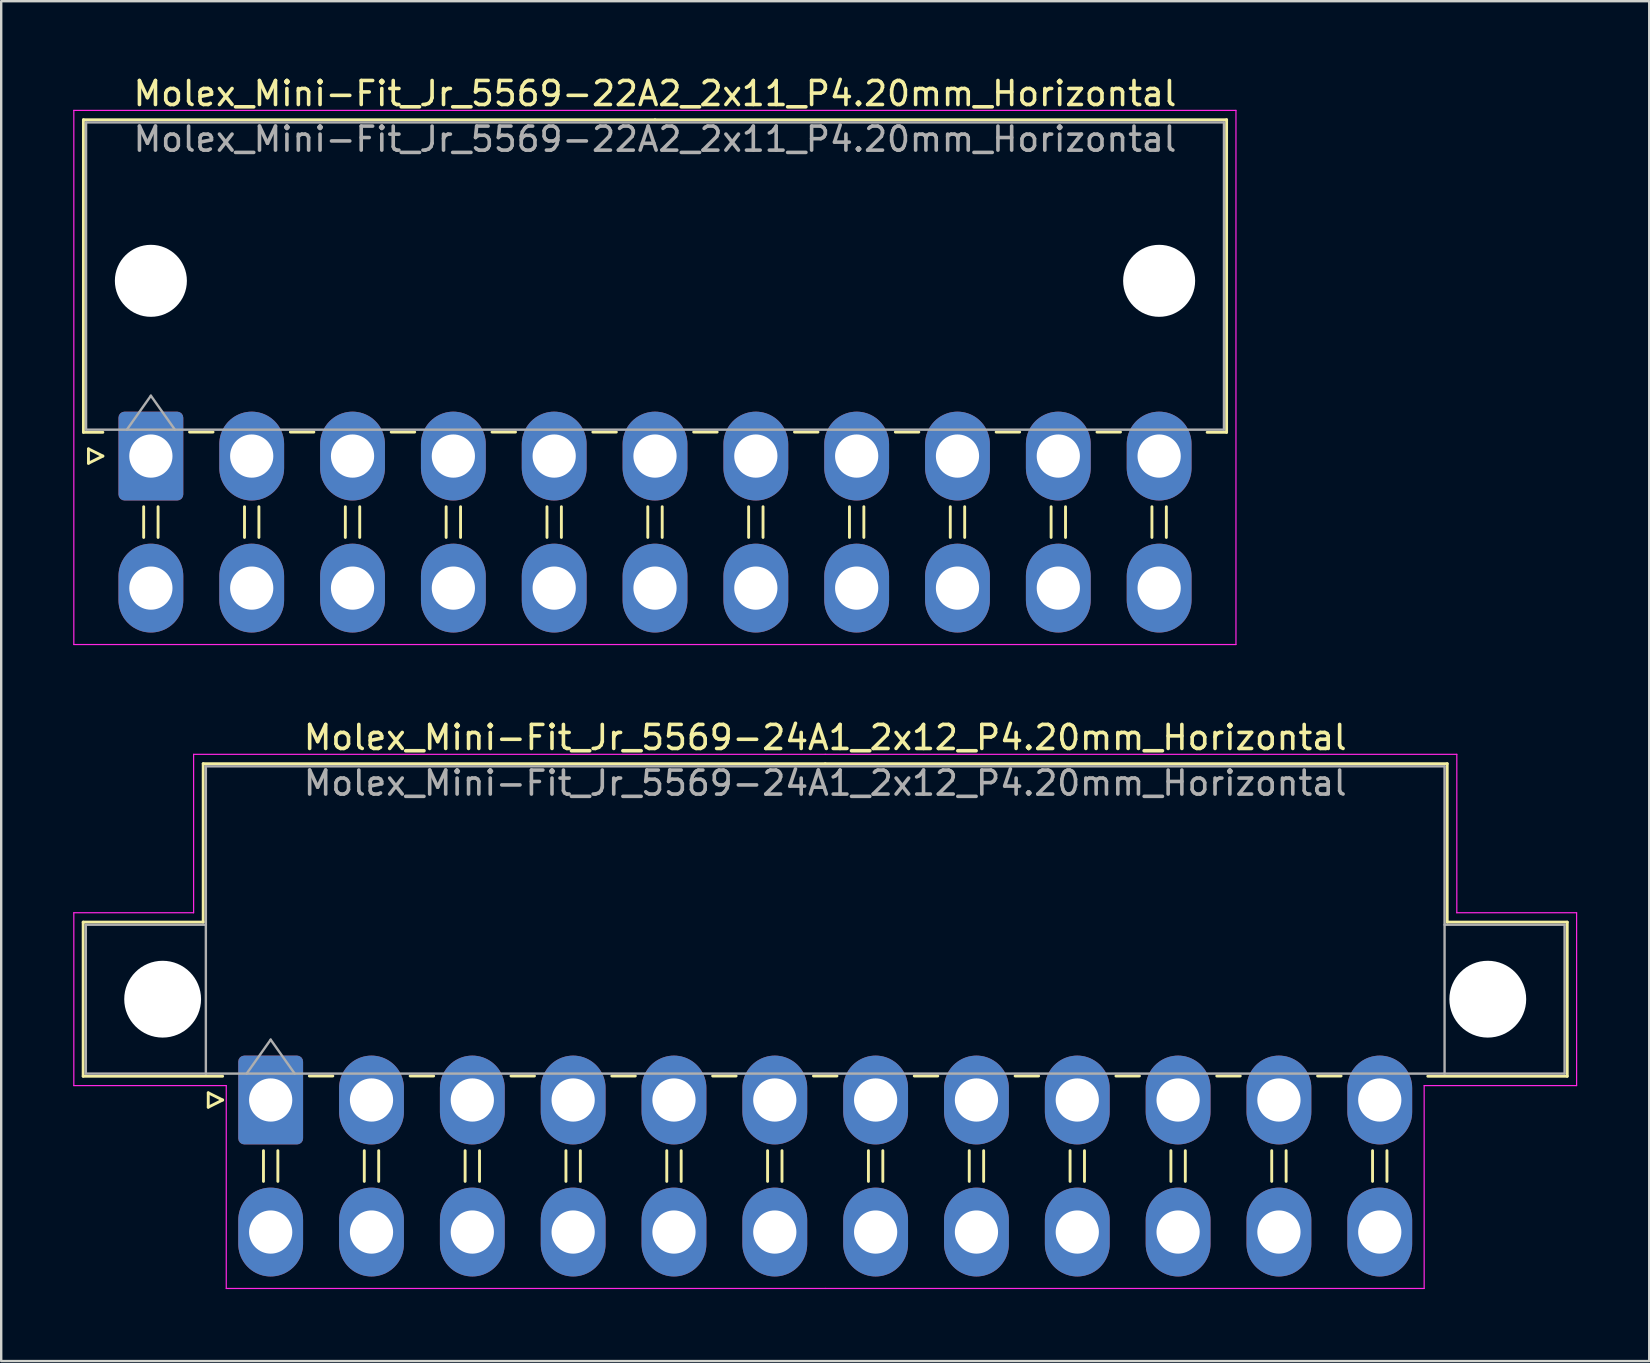
<source format=kicad_pcb>
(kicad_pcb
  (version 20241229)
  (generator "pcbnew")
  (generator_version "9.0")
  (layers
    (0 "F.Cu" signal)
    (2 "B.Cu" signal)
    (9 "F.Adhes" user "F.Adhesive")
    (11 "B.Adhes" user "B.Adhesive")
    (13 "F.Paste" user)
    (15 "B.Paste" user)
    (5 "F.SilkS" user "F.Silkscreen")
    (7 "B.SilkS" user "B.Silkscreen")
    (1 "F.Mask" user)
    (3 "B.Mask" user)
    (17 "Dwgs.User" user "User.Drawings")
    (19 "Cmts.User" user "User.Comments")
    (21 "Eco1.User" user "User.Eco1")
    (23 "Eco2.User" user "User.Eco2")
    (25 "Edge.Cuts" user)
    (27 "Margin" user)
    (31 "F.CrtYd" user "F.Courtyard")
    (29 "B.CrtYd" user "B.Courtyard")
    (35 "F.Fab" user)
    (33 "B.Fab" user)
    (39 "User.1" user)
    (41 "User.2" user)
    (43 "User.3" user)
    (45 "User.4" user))
  (footprint "Molex_Mini-Fit_Jr_5569-24A1_2x12_P4.20mm_Horizontal"
    (layer "F.Cu")
    (at 8.225 42.772)
    (property "Reference" "Molex_Mini-Fit_Jr_5569-24A1_2x12_P4.20mm_Horizontal" (at 23.1 -15.1 0) (layer "F.SilkS") (effects (font (size 1 1) (thickness 0.15))))
    (attr through_hole)
    (fp_line (start -7.81 -7.41) (end -7.81 -0.99) (stroke (width 0.12) (type solid)) (layer "F.SilkS"))
    (fp_line (start -7.81 -0.99) (end -2 -0.99) (stroke (width 0.12) (type solid)) (layer "F.SilkS"))
    (fp_line (start -2.81 -14.01) (end -2.81 -7.41) (stroke (width 0.12) (type solid)) (layer "F.SilkS"))
    (fp_line (start -2.81 -7.41) (end -7.81 -7.41) (stroke (width 0.12) (type solid)) (layer "F.SilkS"))
    (fp_line (start -2.6 -0.3) (end -2 0) (stroke (width 0.12) (type solid)) (layer "F.SilkS"))
    (fp_line (start -2.6 0.3) (end -2.6 -0.3) (stroke (width 0.12) (type solid)) (layer "F.SilkS"))
    (fp_line (start -2 0) (end -2.6 0.3) (stroke (width 0.12) (type solid)) (layer "F.SilkS"))
    (fp_line (start -0.3 2.11) (end -0.3 3.39) (stroke (width 0.12) (type solid)) (layer "F.SilkS"))
    (fp_line (start 0.3 2.11) (end 0.3 3.39) (stroke (width 0.12) (type solid)) (layer "F.SilkS"))
    (fp_line (start 1.61 -1) (end 2.59 -1) (stroke (width 0.12) (type solid)) (layer "F.SilkS"))
    (fp_line (start 3.9 2.11) (end 3.9 3.39) (stroke (width 0.12) (type solid)) (layer "F.SilkS"))
    (fp_line (start 4.5 2.11) (end 4.5 3.39) (stroke (width 0.12) (type solid)) (layer "F.SilkS"))
    (fp_line (start 5.81 -1) (end 6.79 -1) (stroke (width 0.12) (type solid)) (layer "F.SilkS"))
    (fp_line (start 8.1 2.11) (end 8.1 3.39) (stroke (width 0.12) (type solid)) (layer "F.SilkS"))
    (fp_line (start 8.7 2.11) (end 8.7 3.39) (stroke (width 0.12) (type solid)) (layer "F.SilkS"))
    (fp_line (start 10.01 -1) (end 10.99 -1) (stroke (width 0.12) (type solid)) (layer "F.SilkS"))
    (fp_line (start 12.3 2.11) (end 12.3 3.39) (stroke (width 0.12) (type solid)) (layer "F.SilkS"))
    (fp_line (start 12.9 2.11) (end 12.9 3.39) (stroke (width 0.12) (type solid)) (layer "F.SilkS"))
    (fp_line (start 14.21 -1) (end 15.19 -1) (stroke (width 0.12) (type solid)) (layer "F.SilkS"))
    (fp_line (start 16.5 2.11) (end 16.5 3.39) (stroke (width 0.12) (type solid)) (layer "F.SilkS"))
    (fp_line (start 17.1 2.11) (end 17.1 3.39) (stroke (width 0.12) (type solid)) (layer "F.SilkS"))
    (fp_line (start 18.41 -1) (end 19.39 -1) (stroke (width 0.12) (type solid)) (layer "F.SilkS"))
    (fp_line (start 20.7 2.11) (end 20.7 3.39) (stroke (width 0.12) (type solid)) (layer "F.SilkS"))
    (fp_line (start 21.3 2.11) (end 21.3 3.39) (stroke (width 0.12) (type solid)) (layer "F.SilkS"))
    (fp_line (start 22.61 -1) (end 23.59 -1) (stroke (width 0.12) (type solid)) (layer "F.SilkS"))
    (fp_line (start 23.1 -14.01) (end -2.81 -14.01) (stroke (width 0.12) (type solid)) (layer "F.SilkS"))
    (fp_line (start 23.1 -14.01) (end 49.01 -14.01) (stroke (width 0.12) (type solid)) (layer "F.SilkS"))
    (fp_line (start 24.9 2.11) (end 24.9 3.39) (stroke (width 0.12) (type solid)) (layer "F.SilkS"))
    (fp_line (start 25.5 2.11) (end 25.5 3.39) (stroke (width 0.12) (type solid)) (layer "F.SilkS"))
    (fp_line (start 26.81 -1) (end 27.79 -1) (stroke (width 0.12) (type solid)) (layer "F.SilkS"))
    (fp_line (start 29.1 2.11) (end 29.1 3.39) (stroke (width 0.12) (type solid)) (layer "F.SilkS"))
    (fp_line (start 29.7 2.11) (end 29.7 3.39) (stroke (width 0.12) (type solid)) (layer "F.SilkS"))
    (fp_line (start 31.01 -1) (end 31.99 -1) (stroke (width 0.12) (type solid)) (layer "F.SilkS"))
    (fp_line (start 33.3 2.11) (end 33.3 3.39) (stroke (width 0.12) (type solid)) (layer "F.SilkS"))
    (fp_line (start 33.9 2.11) (end 33.9 3.39) (stroke (width 0.12) (type solid)) (layer "F.SilkS"))
    (fp_line (start 35.21 -1) (end 36.19 -1) (stroke (width 0.12) (type solid)) (layer "F.SilkS"))
    (fp_line (start 37.5 2.11) (end 37.5 3.39) (stroke (width 0.12) (type solid)) (layer "F.SilkS"))
    (fp_line (start 38.1 2.11) (end 38.1 3.39) (stroke (width 0.12) (type solid)) (layer "F.SilkS"))
    (fp_line (start 39.41 -1) (end 40.39 -1) (stroke (width 0.12) (type solid)) (layer "F.SilkS"))
    (fp_line (start 41.7 2.11) (end 41.7 3.39) (stroke (width 0.12) (type solid)) (layer "F.SilkS"))
    (fp_line (start 42.3 2.11) (end 42.3 3.39) (stroke (width 0.12) (type solid)) (layer "F.SilkS"))
    (fp_line (start 43.61 -1) (end 44.59 -1) (stroke (width 0.12) (type solid)) (layer "F.SilkS"))
    (fp_line (start 45.9 2.11) (end 45.9 3.39) (stroke (width 0.12) (type solid)) (layer "F.SilkS"))
    (fp_line (start 46.5 2.11) (end 46.5 3.39) (stroke (width 0.12) (type solid)) (layer "F.SilkS"))
    (fp_line (start 49.01 -14.01) (end 49.01 -7.41) (stroke (width 0.12) (type solid)) (layer "F.SilkS"))
    (fp_line (start 49.01 -7.41) (end 54.01 -7.41) (stroke (width 0.12) (type solid)) (layer "F.SilkS"))
    (fp_line (start 54.01 -7.41) (end 54.01 -0.99) (stroke (width 0.12) (type solid)) (layer "F.SilkS"))
    (fp_line (start 54.01 -0.99) (end 48.2 -0.99) (stroke (width 0.12) (type solid)) (layer "F.SilkS"))
    (fp_line (start -8.2 -7.8) (end -8.2 -0.6) (stroke (width 0.05) (type solid)) (layer "F.CrtYd"))
    (fp_line (start -8.2 -0.6) (end -1.85 -0.6) (stroke (width 0.05) (type solid)) (layer "F.CrtYd"))
    (fp_line (start -3.21 -14.4) (end -3.21 -7.8) (stroke (width 0.05) (type solid)) (layer "F.CrtYd"))
    (fp_line (start -3.21 -7.8) (end -8.2 -7.8) (stroke (width 0.05) (type solid)) (layer "F.CrtYd"))
    (fp_line (start -1.85 -0.6) (end -1.85 7.85) (stroke (width 0.05) (type solid)) (layer "F.CrtYd"))
    (fp_line (start -1.85 7.85) (end 23.1 7.85) (stroke (width 0.05) (type solid)) (layer "F.CrtYd"))
    (fp_line (start 23.1 -14.4) (end -3.21 -14.4) (stroke (width 0.05) (type solid)) (layer "F.CrtYd"))
    (fp_line (start 23.1 -14.4) (end 49.41 -14.4) (stroke (width 0.05) (type solid)) (layer "F.CrtYd"))
    (fp_line (start 48.05 -0.6) (end 48.05 7.85) (stroke (width 0.05) (type solid)) (layer "F.CrtYd"))
    (fp_line (start 48.05 7.85) (end 23.1 7.85) (stroke (width 0.05) (type solid)) (layer "F.CrtYd"))
    (fp_line (start 49.41 -14.4) (end 49.41 -7.8) (stroke (width 0.05) (type solid)) (layer "F.CrtYd"))
    (fp_line (start 49.41 -7.8) (end 54.4 -7.8) (stroke (width 0.05) (type solid)) (layer "F.CrtYd"))
    (fp_line (start 54.4 -7.8) (end 54.4 -0.6) (stroke (width 0.05) (type solid)) (layer "F.CrtYd"))
    (fp_line (start 54.4 -0.6) (end 48.05 -0.6) (stroke (width 0.05) (type solid)) (layer "F.CrtYd"))
    (fp_line (start -7.7 -7.3) (end -7.7 -1.1) (stroke (width 0.1) (type solid)) (layer "F.Fab"))
    (fp_line (start -7.7 -1.1) (end -2.7 -1.1) (stroke (width 0.1) (type solid)) (layer "F.Fab"))
    (fp_line (start -2.7 -13.9) (end -2.7 -1.1) (stroke (width 0.1) (type solid)) (layer "F.Fab"))
    (fp_line (start -2.7 -7.3) (end -7.7 -7.3) (stroke (width 0.1) (type solid)) (layer "F.Fab"))
    (fp_line (start -2.7 -1.1) (end 48.9 -1.1) (stroke (width 0.1) (type solid)) (layer "F.Fab"))
    (fp_line (start -1 -1.1) (end 0 -2.514) (stroke (width 0.1) (type solid)) (layer "F.Fab"))
    (fp_line (start 0 -2.514) (end 1 -1.1) (stroke (width 0.1) (type solid)) (layer "F.Fab"))
    (fp_line (start 48.9 -13.9) (end -2.7 -13.9) (stroke (width 0.1) (type solid)) (layer "F.Fab"))
    (fp_line (start 48.9 -7.3) (end 53.9 -7.3) (stroke (width 0.1) (type solid)) (layer "F.Fab"))
    (fp_line (start 48.9 -1.1) (end 48.9 -13.9) (stroke (width 0.1) (type solid)) (layer "F.Fab"))
    (fp_line (start 53.9 -7.3) (end 53.9 -1.1) (stroke (width 0.1) (type solid)) (layer "F.Fab"))
    (fp_line (start 53.9 -1.1) (end 48.9 -1.1) (stroke (width 0.1) (type solid)) (layer "F.Fab"))
    (fp_text user "${REFERENCE}" (at 23.1 -13.2 0) (layer "F.Fab") (effects (font (size 1 1) (thickness 0.15))))
    (pad "" np_thru_hole circle (at -4.5 -4.2) (size 3.2 3.2) (drill 3.2) (layers "*.Cu" "*.Mask"))
    (pad "" np_thru_hole circle (at 50.7 -4.2) (size 3.2 3.2) (drill 3.2) (layers "*.Cu" "*.Mask"))
    (pad "1" thru_hole roundrect (at 0 0) (size 2.7 3.7) (drill 1.8) (layers "*.Cu" "*.Mask") (roundrect_rratio 0.093))
    (pad "2" thru_hole oval (at 4.2 0) (size 2.7 3.7) (drill 1.8) (layers "*.Cu" "*.Mask"))
    (pad "3" thru_hole oval (at 8.4 0) (size 2.7 3.7) (drill 1.8) (layers "*.Cu" "*.Mask"))
    (pad "4" thru_hole oval (at 12.6 0) (size 2.7 3.7) (drill 1.8) (layers "*.Cu" "*.Mask"))
    (pad "5" thru_hole oval (at 16.8 0) (size 2.7 3.7) (drill 1.8) (layers "*.Cu" "*.Mask"))
    (pad "6" thru_hole oval (at 21 0) (size 2.7 3.7) (drill 1.8) (layers "*.Cu" "*.Mask"))
    (pad "7" thru_hole oval (at 25.2 0) (size 2.7 3.7) (drill 1.8) (layers "*.Cu" "*.Mask"))
    (pad "8" thru_hole oval (at 29.4 0) (size 2.7 3.7) (drill 1.8) (layers "*.Cu" "*.Mask"))
    (pad "9" thru_hole oval (at 33.6 0) (size 2.7 3.7) (drill 1.8) (layers "*.Cu" "*.Mask"))
    (pad "10" thru_hole oval (at 37.8 0) (size 2.7 3.7) (drill 1.8) (layers "*.Cu" "*.Mask"))
    (pad "11" thru_hole oval (at 42 0) (size 2.7 3.7) (drill 1.8) (layers "*.Cu" "*.Mask"))
    (pad "12" thru_hole oval (at 46.2 0) (size 2.7 3.7) (drill 1.8) (layers "*.Cu" "*.Mask"))
    (pad "13" thru_hole oval (at 0 5.5) (size 2.7 3.7) (drill 1.8) (layers "*.Cu" "*.Mask"))
    (pad "14" thru_hole oval (at 4.2 5.5) (size 2.7 3.7) (drill 1.8) (layers "*.Cu" "*.Mask"))
    (pad "15" thru_hole oval (at 8.4 5.5) (size 2.7 3.7) (drill 1.8) (layers "*.Cu" "*.Mask"))
    (pad "16" thru_hole oval (at 12.6 5.5) (size 2.7 3.7) (drill 1.8) (layers "*.Cu" "*.Mask"))
    (pad "17" thru_hole oval (at 16.8 5.5) (size 2.7 3.7) (drill 1.8) (layers "*.Cu" "*.Mask"))
    (pad "18" thru_hole oval (at 21 5.5) (size 2.7 3.7) (drill 1.8) (layers "*.Cu" "*.Mask"))
    (pad "19" thru_hole oval (at 25.2 5.5) (size 2.7 3.7) (drill 1.8) (layers "*.Cu" "*.Mask"))
    (pad "20" thru_hole oval (at 29.4 5.5) (size 2.7 3.7) (drill 1.8) (layers "*.Cu" "*.Mask"))
    (pad "21" thru_hole oval (at 33.6 5.5) (size 2.7 3.7) (drill 1.8) (layers "*.Cu" "*.Mask"))
    (pad "22" thru_hole oval (at 37.8 5.5) (size 2.7 3.7) (drill 1.8) (layers "*.Cu" "*.Mask"))
    (pad "23" thru_hole oval (at 42 5.5) (size 2.7 3.7) (drill 1.8) (layers "*.Cu" "*.Mask"))
    (pad "24" thru_hole oval (at 46.2 5.5) (size 2.7 3.7) (drill 1.8) (layers "*.Cu" "*.Mask")))
  (footprint "Molex_Mini-Fit_Jr_5569-22A2_2x11_P4.20mm_Horizontal"
    (layer "F.Cu")
    (at 3.235 15.948)
    (property "Reference" "Molex_Mini-Fit_Jr_5569-22A2_2x11_P4.20mm_Horizontal" (at 21 -15.1 0) (layer "F.SilkS") (effects (font (size 1 1) (thickness 0.15))))
    (attr through_hole)
    (fp_line (start -2.81 -14.01) (end 21 -14.01) (stroke (width 0.12) (type solid)) (layer "F.SilkS"))
    (fp_line (start -2.81 -0.99) (end -2.81 -14.01) (stroke (width 0.12) (type solid)) (layer "F.SilkS"))
    (fp_line (start -2.6 -0.3) (end -2 0) (stroke (width 0.12) (type solid)) (layer "F.SilkS"))
    (fp_line (start -2.6 0.3) (end -2.6 -0.3) (stroke (width 0.12) (type solid)) (layer "F.SilkS"))
    (fp_line (start -2 -0.99) (end -2.81 -0.99) (stroke (width 0.12) (type solid)) (layer "F.SilkS"))
    (fp_line (start -2 0) (end -2.6 0.3) (stroke (width 0.12) (type solid)) (layer "F.SilkS"))
    (fp_line (start -0.3 2.11) (end -0.3 3.39) (stroke (width 0.12) (type solid)) (layer "F.SilkS"))
    (fp_line (start 0.3 2.11) (end 0.3 3.39) (stroke (width 0.12) (type solid)) (layer "F.SilkS"))
    (fp_line (start 1.61 -1) (end 2.59 -1) (stroke (width 0.12) (type solid)) (layer "F.SilkS"))
    (fp_line (start 3.9 2.11) (end 3.9 3.39) (stroke (width 0.12) (type solid)) (layer "F.SilkS"))
    (fp_line (start 4.5 2.11) (end 4.5 3.39) (stroke (width 0.12) (type solid)) (layer "F.SilkS"))
    (fp_line (start 5.81 -1) (end 6.79 -1) (stroke (width 0.12) (type solid)) (layer "F.SilkS"))
    (fp_line (start 8.1 2.11) (end 8.1 3.39) (stroke (width 0.12) (type solid)) (layer "F.SilkS"))
    (fp_line (start 8.7 2.11) (end 8.7 3.39) (stroke (width 0.12) (type solid)) (layer "F.SilkS"))
    (fp_line (start 10.01 -1) (end 10.99 -1) (stroke (width 0.12) (type solid)) (layer "F.SilkS"))
    (fp_line (start 12.3 2.11) (end 12.3 3.39) (stroke (width 0.12) (type solid)) (layer "F.SilkS"))
    (fp_line (start 12.9 2.11) (end 12.9 3.39) (stroke (width 0.12) (type solid)) (layer "F.SilkS"))
    (fp_line (start 14.21 -1) (end 15.19 -1) (stroke (width 0.12) (type solid)) (layer "F.SilkS"))
    (fp_line (start 16.5 2.11) (end 16.5 3.39) (stroke (width 0.12) (type solid)) (layer "F.SilkS"))
    (fp_line (start 17.1 2.11) (end 17.1 3.39) (stroke (width 0.12) (type solid)) (layer "F.SilkS"))
    (fp_line (start 18.41 -1) (end 19.39 -1) (stroke (width 0.12) (type solid)) (layer "F.SilkS"))
    (fp_line (start 20.7 2.11) (end 20.7 3.39) (stroke (width 0.12) (type solid)) (layer "F.SilkS"))
    (fp_line (start 21.3 2.11) (end 21.3 3.39) (stroke (width 0.12) (type solid)) (layer "F.SilkS"))
    (fp_line (start 22.61 -1) (end 23.59 -1) (stroke (width 0.12) (type solid)) (layer "F.SilkS"))
    (fp_line (start 24.9 2.11) (end 24.9 3.39) (stroke (width 0.12) (type solid)) (layer "F.SilkS"))
    (fp_line (start 25.5 2.11) (end 25.5 3.39) (stroke (width 0.12) (type solid)) (layer "F.SilkS"))
    (fp_line (start 26.81 -1) (end 27.79 -1) (stroke (width 0.12) (type solid)) (layer "F.SilkS"))
    (fp_line (start 29.1 2.11) (end 29.1 3.39) (stroke (width 0.12) (type solid)) (layer "F.SilkS"))
    (fp_line (start 29.7 2.11) (end 29.7 3.39) (stroke (width 0.12) (type solid)) (layer "F.SilkS"))
    (fp_line (start 31.01 -1) (end 31.99 -1) (stroke (width 0.12) (type solid)) (layer "F.SilkS"))
    (fp_line (start 33.3 2.11) (end 33.3 3.39) (stroke (width 0.12) (type solid)) (layer "F.SilkS"))
    (fp_line (start 33.9 2.11) (end 33.9 3.39) (stroke (width 0.12) (type solid)) (layer "F.SilkS"))
    (fp_line (start 35.21 -1) (end 36.19 -1) (stroke (width 0.12) (type solid)) (layer "F.SilkS"))
    (fp_line (start 37.5 2.11) (end 37.5 3.39) (stroke (width 0.12) (type solid)) (layer "F.SilkS"))
    (fp_line (start 38.1 2.11) (end 38.1 3.39) (stroke (width 0.12) (type solid)) (layer "F.SilkS"))
    (fp_line (start 39.41 -1) (end 40.39 -1) (stroke (width 0.12) (type solid)) (layer "F.SilkS"))
    (fp_line (start 41.7 2.11) (end 41.7 3.39) (stroke (width 0.12) (type solid)) (layer "F.SilkS"))
    (fp_line (start 42.3 2.11) (end 42.3 3.39) (stroke (width 0.12) (type solid)) (layer "F.SilkS"))
    (fp_line (start 44 -0.99) (end 44.81 -0.99) (stroke (width 0.12) (type solid)) (layer "F.SilkS"))
    (fp_line (start 44.81 -14.01) (end 21 -14.01) (stroke (width 0.12) (type solid)) (layer "F.SilkS"))
    (fp_line (start 44.81 -0.99) (end 44.81 -14.01) (stroke (width 0.12) (type solid)) (layer "F.SilkS"))
    (fp_line (start -3.21 -14.4) (end -3.21 7.85) (stroke (width 0.05) (type solid)) (layer "F.CrtYd"))
    (fp_line (start -3.21 7.85) (end 45.2 7.85) (stroke (width 0.05) (type solid)) (layer "F.CrtYd"))
    (fp_line (start 45.2 -14.4) (end -3.21 -14.4) (stroke (width 0.05) (type solid)) (layer "F.CrtYd"))
    (fp_line (start 45.2 7.85) (end 45.2 -14.4) (stroke (width 0.05) (type solid)) (layer "F.CrtYd"))
    (fp_line (start -2.7 -13.9) (end -2.7 -1.1) (stroke (width 0.1) (type solid)) (layer "F.Fab"))
    (fp_line (start -2.7 -1.1) (end 44.7 -1.1) (stroke (width 0.1) (type solid)) (layer "F.Fab"))
    (fp_line (start -1 -1.1) (end 0 -2.514) (stroke (width 0.1) (type solid)) (layer "F.Fab"))
    (fp_line (start 0 -2.514) (end 1 -1.1) (stroke (width 0.1) (type solid)) (layer "F.Fab"))
    (fp_line (start 44.7 -13.9) (end -2.7 -13.9) (stroke (width 0.1) (type solid)) (layer "F.Fab"))
    (fp_line (start 44.7 -1.1) (end 44.7 -13.9) (stroke (width 0.1) (type solid)) (layer "F.Fab"))
    (fp_text user "${REFERENCE}" (at 21 -13.2 0) (layer "F.Fab") (effects (font (size 1 1) (thickness 0.15))))
    (pad "" np_thru_hole circle (at 0 -7.3) (size 3 3) (drill 3) (layers "*.Cu" "*.Mask"))
    (pad "" np_thru_hole circle (at 42 -7.3) (size 3 3) (drill 3) (layers "*.Cu" "*.Mask"))
    (pad "1" thru_hole roundrect (at 0 0) (size 2.7 3.7) (drill 1.8) (layers "*.Cu" "*.Mask") (roundrect_rratio 0.093))
    (pad "2" thru_hole oval (at 4.2 0) (size 2.7 3.7) (drill 1.8) (layers "*.Cu" "*.Mask"))
    (pad "3" thru_hole oval (at 8.4 0) (size 2.7 3.7) (drill 1.8) (layers "*.Cu" "*.Mask"))
    (pad "4" thru_hole oval (at 12.6 0) (size 2.7 3.7) (drill 1.8) (layers "*.Cu" "*.Mask"))
    (pad "5" thru_hole oval (at 16.8 0) (size 2.7 3.7) (drill 1.8) (layers "*.Cu" "*.Mask"))
    (pad "6" thru_hole oval (at 21 0) (size 2.7 3.7) (drill 1.8) (layers "*.Cu" "*.Mask"))
    (pad "7" thru_hole oval (at 25.2 0) (size 2.7 3.7) (drill 1.8) (layers "*.Cu" "*.Mask"))
    (pad "8" thru_hole oval (at 29.4 0) (size 2.7 3.7) (drill 1.8) (layers "*.Cu" "*.Mask"))
    (pad "9" thru_hole oval (at 33.6 0) (size 2.7 3.7) (drill 1.8) (layers "*.Cu" "*.Mask"))
    (pad "10" thru_hole oval (at 37.8 0) (size 2.7 3.7) (drill 1.8) (layers "*.Cu" "*.Mask"))
    (pad "11" thru_hole oval (at 42 0) (size 2.7 3.7) (drill 1.8) (layers "*.Cu" "*.Mask"))
    (pad "12" thru_hole oval (at 0 5.5) (size 2.7 3.7) (drill 1.8) (layers "*.Cu" "*.Mask"))
    (pad "13" thru_hole oval (at 4.2 5.5) (size 2.7 3.7) (drill 1.8) (layers "*.Cu" "*.Mask"))
    (pad "14" thru_hole oval (at 8.4 5.5) (size 2.7 3.7) (drill 1.8) (layers "*.Cu" "*.Mask"))
    (pad "15" thru_hole oval (at 12.6 5.5) (size 2.7 3.7) (drill 1.8) (layers "*.Cu" "*.Mask"))
    (pad "16" thru_hole oval (at 16.8 5.5) (size 2.7 3.7) (drill 1.8) (layers "*.Cu" "*.Mask"))
    (pad "17" thru_hole oval (at 21 5.5) (size 2.7 3.7) (drill 1.8) (layers "*.Cu" "*.Mask"))
    (pad "18" thru_hole oval (at 25.2 5.5) (size 2.7 3.7) (drill 1.8) (layers "*.Cu" "*.Mask"))
    (pad "19" thru_hole oval (at 29.4 5.5) (size 2.7 3.7) (drill 1.8) (layers "*.Cu" "*.Mask"))
    (pad "20" thru_hole oval (at 33.6 5.5) (size 2.7 3.7) (drill 1.8) (layers "*.Cu" "*.Mask"))
    (pad "21" thru_hole oval (at 37.8 5.5) (size 2.7 3.7) (drill 1.8) (layers "*.Cu" "*.Mask"))
    (pad "22" thru_hole oval (at 42 5.5) (size 2.7 3.7) (drill 1.8) (layers "*.Cu" "*.Mask")))
  (gr_rect
    (start -3 -3)
    (end 65.65 53.647)
    (stroke (width 0.1) (type default))
    (fill no)
    (layer "Edge.Cuts")))
</source>
